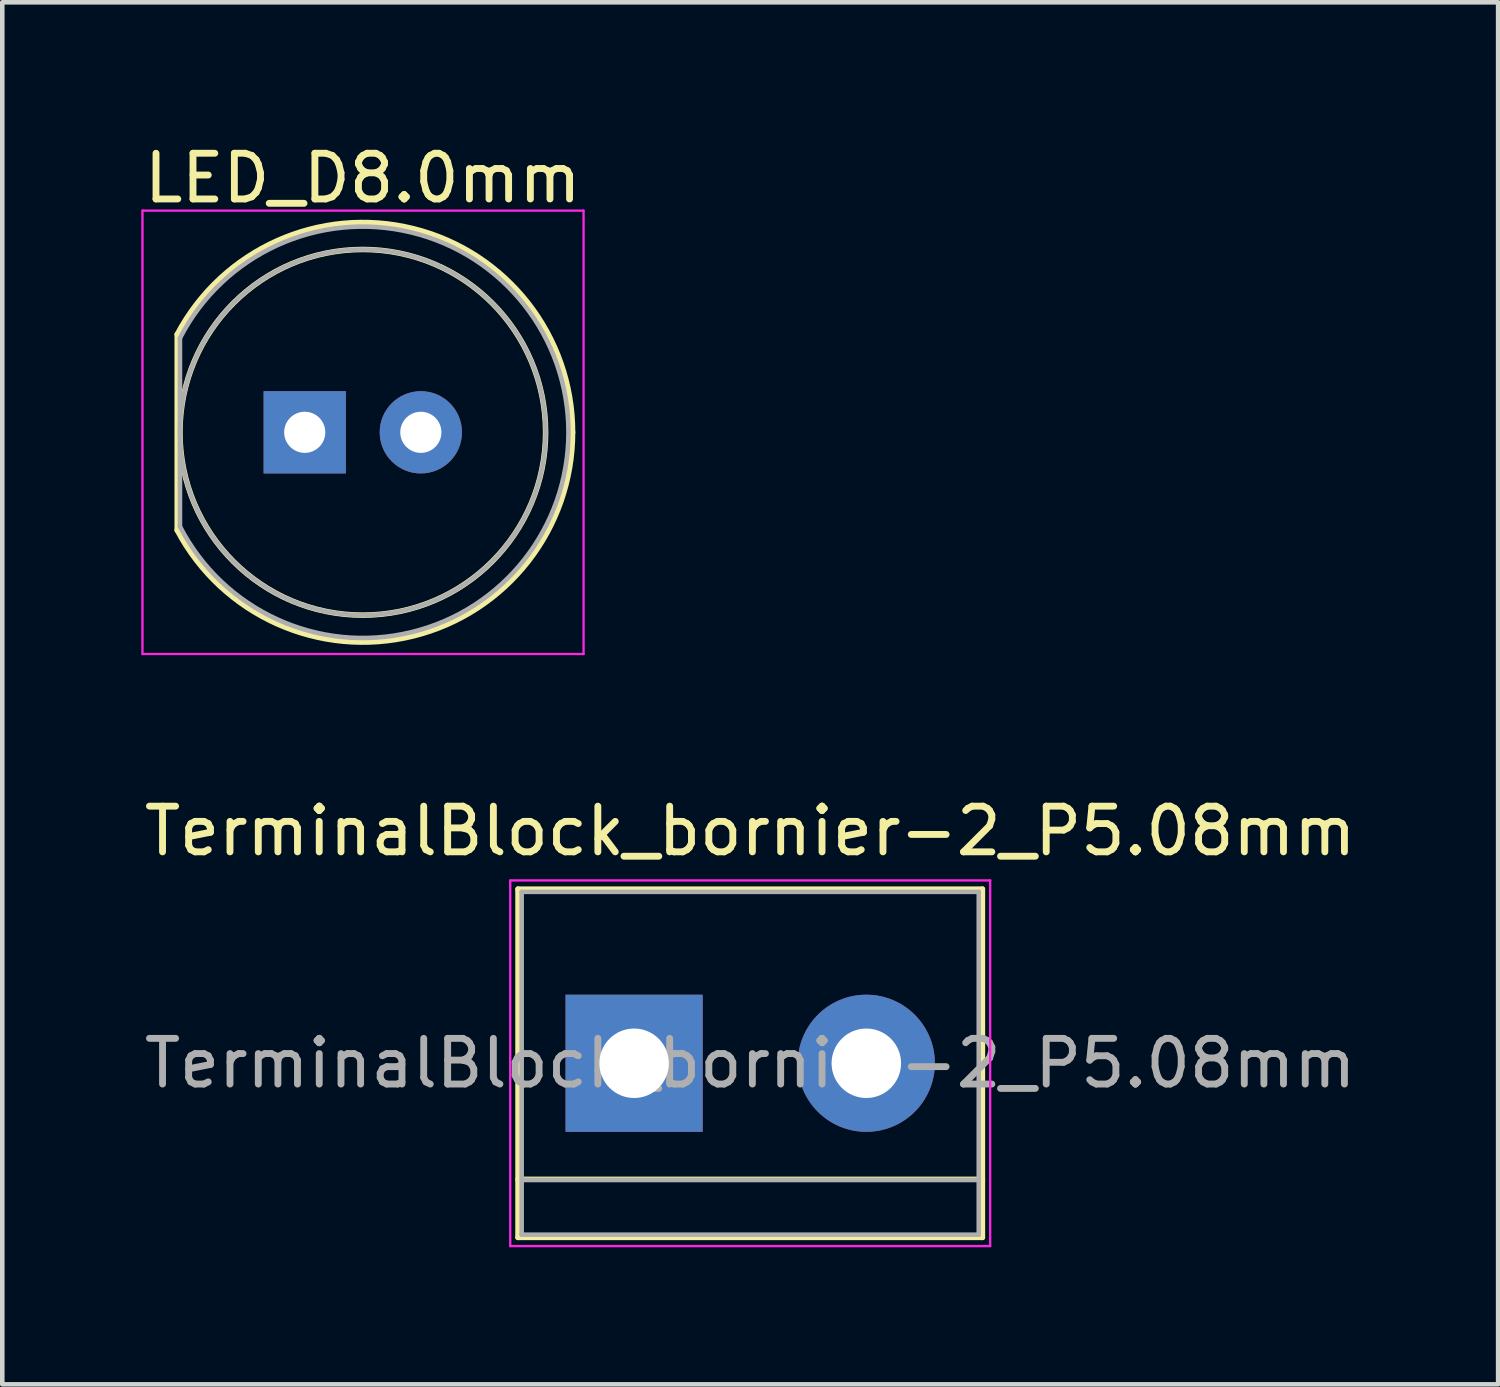
<source format=kicad_pcb>
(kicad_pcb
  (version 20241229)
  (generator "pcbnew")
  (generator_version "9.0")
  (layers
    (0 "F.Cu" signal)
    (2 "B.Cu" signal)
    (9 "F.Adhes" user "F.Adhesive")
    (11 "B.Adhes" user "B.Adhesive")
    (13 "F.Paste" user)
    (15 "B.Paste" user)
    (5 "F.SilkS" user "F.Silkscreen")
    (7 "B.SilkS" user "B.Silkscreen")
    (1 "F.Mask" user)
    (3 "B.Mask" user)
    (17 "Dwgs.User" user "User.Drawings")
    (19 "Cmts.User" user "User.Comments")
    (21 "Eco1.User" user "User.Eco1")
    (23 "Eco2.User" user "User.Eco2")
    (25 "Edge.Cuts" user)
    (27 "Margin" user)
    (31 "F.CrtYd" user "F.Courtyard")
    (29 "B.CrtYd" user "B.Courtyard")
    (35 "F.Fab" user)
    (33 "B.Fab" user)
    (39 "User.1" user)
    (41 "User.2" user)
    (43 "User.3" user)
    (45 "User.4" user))
  (footprint "TerminalBlock_bornier-2_P5.08mm"
    (layer "F.Cu")
    (at 10.823 20.212)
    (property "Reference" "TerminalBlock_bornier-2_P5.08mm" (at 2.54 -5.08 0) (layer "F.SilkS") (effects (font (size 1 1) (thickness 0.15))))
    (attr through_hole)
    (fp_line (start -2.54 -3.81) (end -2.54 3.81) (stroke (width 0.12) (type solid)) (layer "F.SilkS"))
    (fp_line (start -2.54 3.81) (end 7.62 3.81) (stroke (width 0.12) (type solid)) (layer "F.SilkS"))
    (fp_line (start 7.62 -3.81) (end -2.54 -3.81) (stroke (width 0.12) (type solid)) (layer "F.SilkS"))
    (fp_line (start 7.62 2.54) (end -2.54 2.54) (stroke (width 0.12) (type solid)) (layer "F.SilkS"))
    (fp_line (start 7.62 3.81) (end 7.62 -3.81) (stroke (width 0.12) (type solid)) (layer "F.SilkS"))
    (fp_line (start -2.71 -4) (end -2.71 4) (stroke (width 0.05) (type solid)) (layer "F.CrtYd"))
    (fp_line (start -2.71 -4) (end 7.79 -4) (stroke (width 0.05) (type solid)) (layer "F.CrtYd"))
    (fp_line (start 7.79 4) (end -2.71 4) (stroke (width 0.05) (type solid)) (layer "F.CrtYd"))
    (fp_line (start 7.79 4) (end 7.79 -4) (stroke (width 0.05) (type solid)) (layer "F.CrtYd"))
    (fp_line (start -2.46 -3.75) (end -2.46 3.75) (stroke (width 0.1) (type solid)) (layer "F.Fab"))
    (fp_line (start -2.46 3.75) (end 7.54 3.75) (stroke (width 0.1) (type solid)) (layer "F.Fab"))
    (fp_line (start -2.41 2.55) (end 7.49 2.55) (stroke (width 0.1) (type solid)) (layer "F.Fab"))
    (fp_line (start 7.54 -3.75) (end -2.46 -3.75) (stroke (width 0.1) (type solid)) (layer "F.Fab"))
    (fp_line (start 7.54 3.75) (end 7.54 -3.75) (stroke (width 0.1) (type solid)) (layer "F.Fab"))
    (fp_text user "${REFERENCE}" (at 2.54 0 0) (layer "F.Fab") (effects (font (size 1 1) (thickness 0.15))))
    (pad "1" thru_hole rect (at 0 0) (size 3 3) (drill 1.52) (layers "*.Cu" "*.Mask"))
    (pad "2" thru_hole circle (at 5.08 0) (size 3 3) (drill 1.52) (layers "*.Cu" "*.Mask")))
  (footprint "LED_D8.0mm"
    (layer "F.Cu")
    (at 3.617 6.408)
    (property "Reference" "LED_D8.0mm" (at 1.27 -5.56 0) (layer "F.SilkS") (effects (font (size 1 1) (thickness 0.15))))
    (attr through_hole)
    (fp_line (start -2.79 -2.142) (end -2.79 2.142) (stroke (width 0.12) (type solid)) (layer "F.SilkS"))
    (fp_arc (start -2.79 -2.141145) (mid 2.373119 -4.455472) (end 5.86 0.000486) (stroke (width 0.12) (type solid)) (layer "F.SilkS"))
    (fp_arc (start 5.86 -0.000486) (mid 2.373119 4.455472) (end -2.79 2.141145) (stroke (width 0.12) (type solid)) (layer "F.SilkS"))
    (fp_circle (center 1.27 0) (end 5.27 0) (stroke (width 0.12) (type solid)) (fill no) (layer "F.SilkS"))
    (fp_line (start -3.55 -4.85) (end -3.55 4.85) (stroke (width 0.05) (type solid)) (layer "F.CrtYd"))
    (fp_line (start -3.55 4.85) (end 6.1 4.85) (stroke (width 0.05) (type solid)) (layer "F.CrtYd"))
    (fp_line (start 6.1 -4.85) (end -3.55 -4.85) (stroke (width 0.05) (type solid)) (layer "F.CrtYd"))
    (fp_line (start 6.1 4.85) (end 6.1 -4.85) (stroke (width 0.05) (type solid)) (layer "F.CrtYd"))
    (fp_line (start -2.73 -2.062) (end -2.73 2.062) (stroke (width 0.1) (type solid)) (layer "F.Fab"))
    (fp_arc (start -2.73 -2.061553) (mid 5.77 0.00126) (end -2.731154 2.059312) (stroke (width 0.1) (type solid)) (layer "F.Fab"))
    (fp_circle (center 1.27 0) (end 5.27 0) (stroke (width 0.1) (type solid)) (fill no) (layer "F.Fab"))
    (pad "1" thru_hole rect (at 0 0) (size 1.8 1.8) (drill 0.9) (layers "*.Cu" "*.Mask"))
    (pad "2" thru_hole circle (at 2.54 0) (size 1.8 1.8) (drill 0.9) (layers "*.Cu" "*.Mask")))
  (gr_rect
    (start -3 -3)
    (end 29.726 27.236)
    (stroke (width 0.1) (type default))
    (fill no)
    (layer "Edge.Cuts")))
</source>
